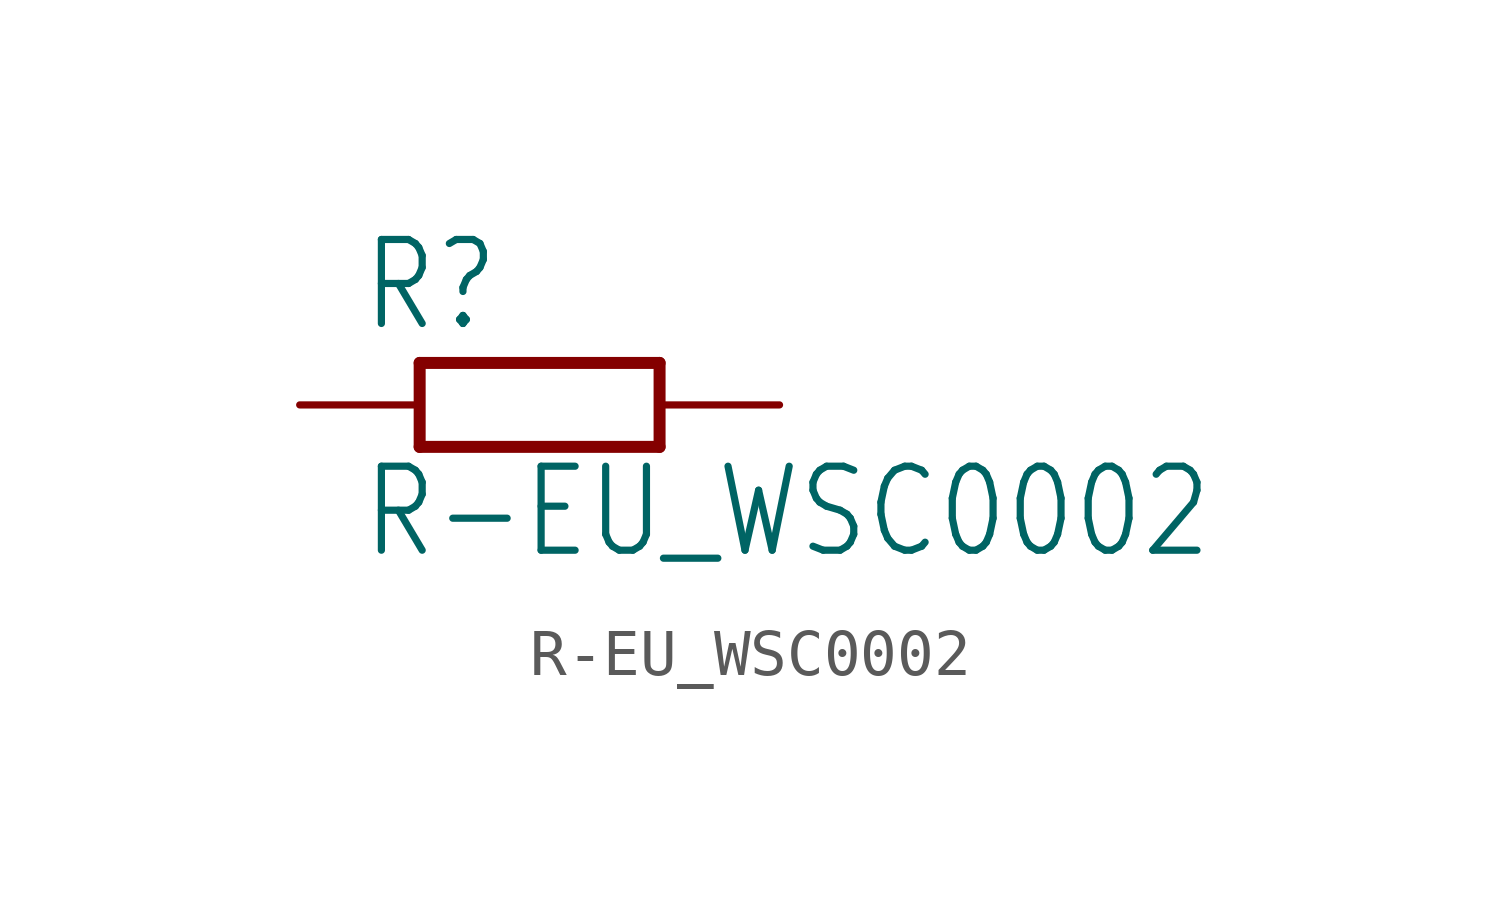
<source format=kicad_sym>
(kicad_symbol_lib
  (version 20210619)
  (generator kicad_symbol_editor)
  (symbol "R-EU_WSC0002"
    (property "Reference" "R"
      (at -3.81 1.499 0)
      (effects (font (size 1.778 1.511)) (justify left bottom)))
    (property "Value" "R-EU_WSC0002"
      (at -3.81 -3.302 0)
      (effects (font (size 1.778 1.511)) (justify left bottom)))
    (property "ki_locked" ""
      (at 0 0 0)
      (effects (font (size 1.27 1.27))))
    (symbol "R-EU_WSC0002_1_0"
      (polyline (pts (xy -2.54 -0.889) (xy -2.54 0.889)) (stroke (width 0.254)) (fill (type none)))
      (polyline (pts (xy -2.54 -0.889) (xy 2.54 -0.889)) (stroke (width 0.254)) (fill (type none)))
      (polyline (pts (xy 2.54 -0.889) (xy 2.54 0.889)) (stroke (width 0.254)) (fill (type none)))
      (polyline (pts (xy 2.54 0.889) (xy -2.54 0.889)) (stroke (width 0.254)) (fill (type none)))
      (pin passive line (at -5.08 0 0) (length 2.54) (name "1" (effects (font (size 0 0)))) (number "1" (effects (font (size 0 0)))))
      (pin passive line (at 5.08 0 180) (length 2.54) (name "2" (effects (font (size 0 0)))) (number "2" (effects (font (size 0 0))))))))
</source>
